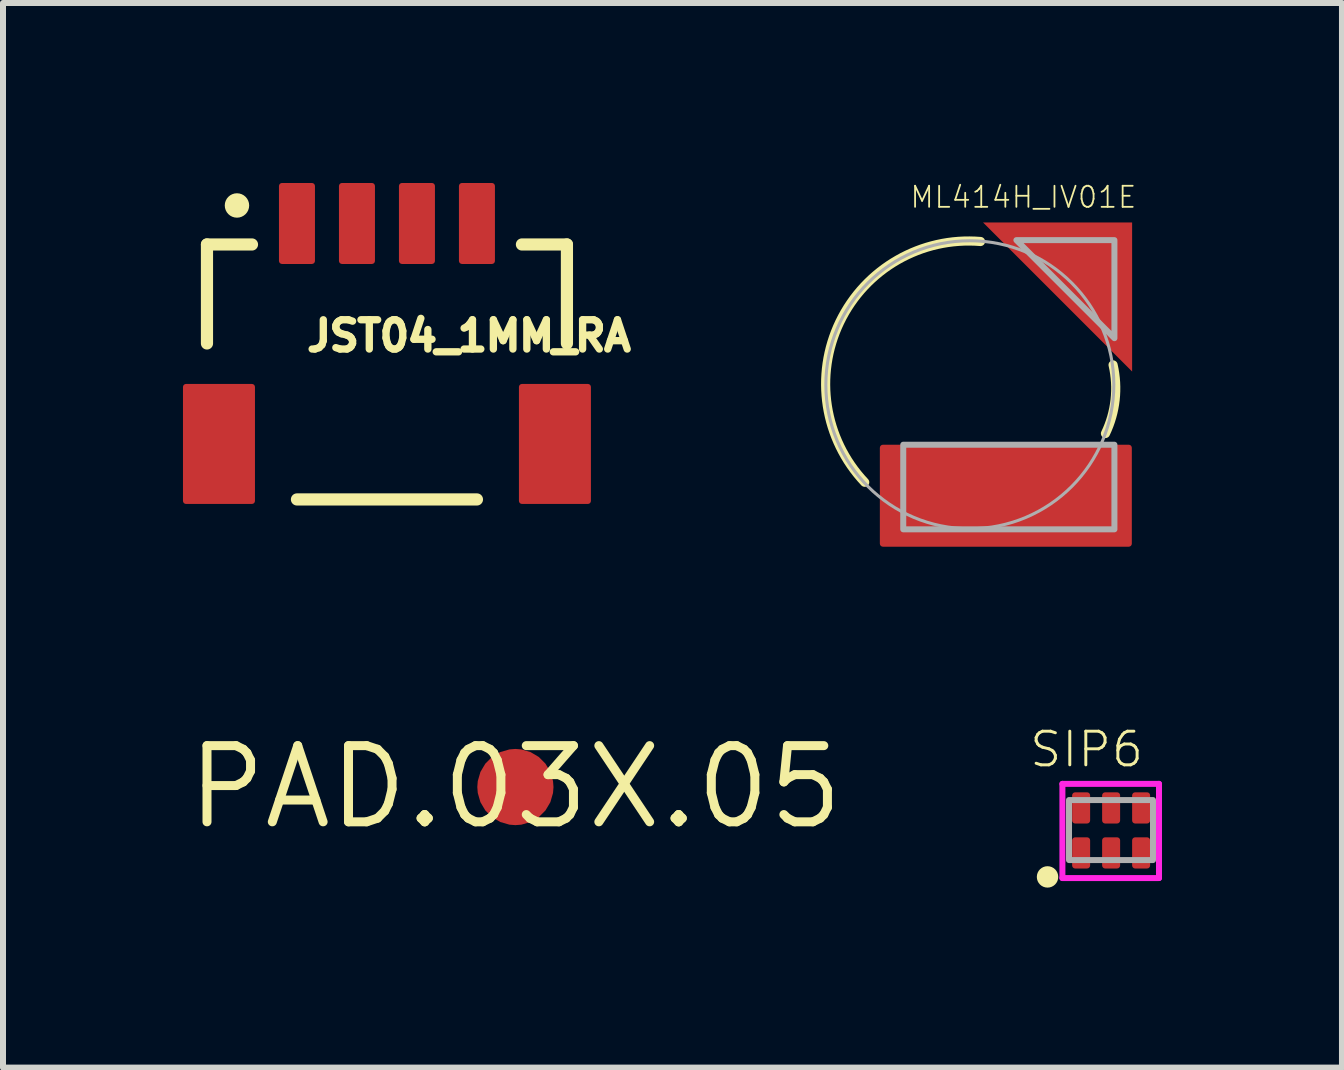
<source format=kicad_pcb>
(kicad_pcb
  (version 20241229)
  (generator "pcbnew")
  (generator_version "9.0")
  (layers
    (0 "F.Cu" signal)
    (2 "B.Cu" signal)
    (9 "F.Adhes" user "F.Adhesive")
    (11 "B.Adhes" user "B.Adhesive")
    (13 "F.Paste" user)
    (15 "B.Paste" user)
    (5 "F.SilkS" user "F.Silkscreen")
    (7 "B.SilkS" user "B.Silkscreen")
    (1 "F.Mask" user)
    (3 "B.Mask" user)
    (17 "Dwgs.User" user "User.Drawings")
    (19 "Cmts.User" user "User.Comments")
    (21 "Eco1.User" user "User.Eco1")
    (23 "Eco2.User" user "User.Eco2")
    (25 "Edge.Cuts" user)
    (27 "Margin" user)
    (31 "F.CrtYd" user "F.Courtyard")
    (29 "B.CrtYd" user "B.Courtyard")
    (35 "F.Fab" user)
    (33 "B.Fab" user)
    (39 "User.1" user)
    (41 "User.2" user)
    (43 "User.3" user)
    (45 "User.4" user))
  (footprint "SIP6"
    (layer "F.Cu")
    (at 15.479 10.786)
    (property "Reference" "SIP6" (at -1.397 -1.016 0) (unlocked yes) (layer "F.SilkS") (effects (font (size 0.561 0.561) (thickness 0.049)) (justify left bottom)))
    (fp_poly (pts (xy -0.708 -0.039) (xy -0.308 -0.039) (xy -0.308 -0.659) (xy -0.708 -0.659)) (stroke (width 0) (type default)) (fill yes) (layer "F.Mask"))
    (fp_poly (pts (xy -0.708 0.681) (xy -0.308 0.681) (xy -0.308 0.061) (xy -0.708 0.061)) (stroke (width 0) (type default)) (fill yes) (layer "F.Mask"))
    (fp_poly (pts (xy -0.208 -0.039) (xy 0.192 -0.039) (xy 0.192 -0.659) (xy -0.208 -0.659)) (stroke (width 0) (type default)) (fill yes) (layer "F.Mask"))
    (fp_poly (pts (xy -0.208 0.681) (xy 0.192 0.681) (xy 0.192 0.061) (xy -0.208 0.061)) (stroke (width 0) (type default)) (fill yes) (layer "F.Mask"))
    (fp_poly (pts (xy 0.292 -0.039) (xy 0.692 -0.039) (xy 0.692 -0.659) (xy 0.292 -0.659)) (stroke (width 0) (type default)) (fill yes) (layer "F.Mask"))
    (fp_poly (pts (xy 0.292 0.681) (xy 0.692 0.681) (xy 0.692 0.061) (xy 0.292 0.061)) (stroke (width 0) (type default)) (fill yes) (layer "F.Mask"))
    (fp_circle (center -1.068 0.781) (end -0.979 0.781) (stroke (width 0.179) (type solid)) (fill yes) (layer "F.SilkS"))
    (fp_poly (pts (xy -0.628 -0.159) (xy -0.388 -0.159) (xy -0.388 -0.599) (xy -0.628 -0.599)) (stroke (width 0) (type default)) (fill yes) (layer "F.Paste"))
    (fp_poly (pts (xy -0.628 0.601) (xy -0.388 0.601) (xy -0.388 0.161) (xy -0.628 0.161)) (stroke (width 0) (type default)) (fill yes) (layer "F.Paste"))
    (fp_poly (pts (xy -0.128 -0.159) (xy 0.112 -0.159) (xy 0.112 -0.599) (xy -0.128 -0.599)) (stroke (width 0) (type default)) (fill yes) (layer "F.Paste"))
    (fp_poly (pts (xy -0.128 0.601) (xy 0.112 0.601) (xy 0.112 0.161) (xy -0.128 0.161)) (stroke (width 0) (type default)) (fill yes) (layer "F.Paste"))
    (fp_poly (pts (xy 0.372 -0.159) (xy 0.612 -0.159) (xy 0.612 -0.599) (xy 0.372 -0.599)) (stroke (width 0) (type default)) (fill yes) (layer "F.Paste"))
    (fp_poly (pts (xy 0.372 0.601) (xy 0.612 0.601) (xy 0.612 0.161) (xy 0.372 0.161)) (stroke (width 0) (type default)) (fill yes) (layer "F.Paste"))
    (fp_line (start -0.82 -0.77) (end -0.82 0.8) (stroke (width 0.1) (type solid)) (layer "F.CrtYd"))
    (fp_line (start -0.82 0.8) (end 0.79 0.8) (stroke (width 0.1) (type solid)) (layer "F.CrtYd"))
    (fp_line (start 0.79 -0.77) (end -0.82 -0.77) (stroke (width 0.1) (type solid)) (layer "F.CrtYd"))
    (fp_line (start 0.79 0.8) (end 0.79 -0.77) (stroke (width 0.1) (type solid)) (layer "F.CrtYd"))
    (fp_poly (pts (xy -0.71 0.5) (xy 0.69 0.5) (xy 0.69 -0.5) (xy -0.71 -0.5)) (stroke (width 0.1) (type default)) (fill no) (layer "F.Fab"))
    (pad "P1" smd roundrect (at -0.508 0.381 180) (size 0.3 0.52) (layers "F.Cu") (roundrect_rratio 0.169))
    (pad "P2" smd roundrect (at -0.008 0.381 180) (size 0.3 0.52) (layers "F.Cu") (roundrect_rratio 0.169))
    (pad "P3" smd roundrect (at 0.492 0.381 180) (size 0.3 0.52) (layers "F.Cu") (roundrect_rratio 0.169))
    (pad "P4" smd roundrect (at 0.492 -0.369 180) (size 0.3 0.52) (layers "F.Cu") (roundrect_rratio 0.169))
    (pad "P5" smd roundrect (at -0.008 -0.369 180) (size 0.3 0.52) (layers "F.Cu") (roundrect_rratio 0.169))
    (pad "P6" smd roundrect (at -0.508 -0.369 180) (size 0.3 0.52) (layers "F.Cu") (roundrect_rratio 0.169)))
  (footprint "JST04_1MM_RA"
    (layer "F.Cu")
    (at 3.4 0.675)
    (property "Reference" "JST04_1MM_RA" (at -1.397 2.159 0) (unlocked yes) (layer "F.SilkS") (effects (font (size 0.488 0.488) (thickness 0.122)) (justify left bottom)))
    (fp_line (start -3 0.35) (end -2.25 0.35) (stroke (width 0.203) (type solid)) (layer "F.SilkS"))
    (fp_line (start -3 2) (end -3 0.35) (stroke (width 0.203) (type solid)) (layer "F.SilkS"))
    (fp_line (start -1.5 4.6) (end 1.5 4.6) (stroke (width 0.203) (type solid)) (layer "F.SilkS"))
    (fp_line (start 2.25 0.35) (end 3 0.35) (stroke (width 0.203) (type solid)) (layer "F.SilkS"))
    (fp_line (start 3 0.35) (end 3 2) (stroke (width 0.203) (type solid)) (layer "F.SilkS"))
    (fp_circle (center -2.5 -0.3) (end -2.398 -0.3) (stroke (width 0.203) (type solid)) (fill no) (layer "F.SilkS"))
    (pad "1" smd roundrect (at -1.5 0) (size 0.6 1.35) (layers "F.Cu" "F.Mask" "F.Paste") (roundrect_rratio 0.085))
    (pad "2" smd roundrect (at -0.5 0) (size 0.6 1.35) (layers "F.Cu" "F.Mask" "F.Paste") (roundrect_rratio 0.085))
    (pad "3" smd roundrect (at 0.5 0) (size 0.6 1.35) (layers "F.Cu" "F.Mask" "F.Paste") (roundrect_rratio 0.085))
    (pad "4" smd roundrect (at 1.5 0) (size 0.6 1.35) (layers "F.Cu" "F.Mask" "F.Paste") (roundrect_rratio 0.085))
    (pad "NC1" smd roundrect (at 2.8 3.675) (size 1.2 2) (layers "F.Cu" "F.Mask" "F.Paste") (roundrect_rratio 0.042))
    (pad "NC2" smd roundrect (at -2.8 3.675) (size 1.2 2) (layers "F.Cu" "F.Mask" "F.Paste") (roundrect_rratio 0.042)))
  (footprint "PAD.03X.05"
    (layer "F.Cu")
    (at 5.541 10.069)
    (property "Reference" "PAD.03X.05" (at 0 0 0) (layer "F.SilkS") (effects (font (size 1.27 1.27) (thickness 0.15))))
    (pad "1" smd roundrect (at 0 0) (size 1.27 1.27) (layers "F.Cu" "F.Mask") (roundrect_rratio 0.5)))
  (footprint "ML414H_IV01E"
    (layer "F.Cu")
    (at 13.116 3.363)
    (property "Reference" "ML414H_IV01E" (at -1.016 -2.921 0) (unlocked yes) (layer "F.SilkS") (effects (font (size 0.351 0.351) (thickness 0.03)) (justify left bottom)))
    (fp_poly (pts (xy 2.705 -0.22) (xy 0.22 -2.705) (xy 2.705 -2.705)) (stroke (width 0) (type default)) (fill yes) (layer "F.Cu"))
    (fp_poly (pts (xy 2.705 -0.22) (xy 0.22 -2.705) (xy 2.705 -2.705)) (stroke (width 0) (type default)) (fill yes) (layer "F.Mask"))
    (fp_poly (pts (xy -1.5 2.7) (xy 2.7 2.7) (xy 2.7 1) (xy -1.5 1)) (stroke (width 0) (type default)) (fill yes) (layer "F.Mask"))
    (fp_arc (start -1.752599 1.625602) (mid -2.167967 -1.045069) (end 0.1778 -2.3876) (stroke (width 0.1524) (type solid)) (layer "F.SilkS"))
    (fp_arc (start 2.3876 -0.3302) (mid 2.42159 0.252132) (end 2.260599 0.8128) (stroke (width 0.1524) (type solid)) (layer "F.SilkS"))
    (fp_poly (pts (xy 2.705 -0.22) (xy 0.22 -2.705) (xy 2.705 -2.705)) (stroke (width 0) (type default)) (fill yes) (layer "F.Paste"))
    (fp_poly (pts (xy -1.5 2.7) (xy 2.7 2.7) (xy 2.7 1) (xy -1.5 1)) (stroke (width 0) (type default)) (fill yes) (layer "F.Paste"))
    (fp_circle (center 0 0) (end 2.4 0) (stroke (width 0.051) (type solid)) (fill no) (layer "F.Fab"))
    (fp_poly (pts (xy 2.41 -0.776) (xy 0.776 -2.41) (xy 2.41 -2.41)) (stroke (width 0.1) (type default)) (fill no) (layer "F.Fab"))
    (fp_poly (pts (xy 2.41 2.41) (xy -1.11 2.41) (xy -1.11 1) (xy 2.41 1)) (stroke (width 0.1) (type default)) (fill no) (layer "F.Fab"))
    (pad "+" smd roundrect (at 2.022 -2.032) (size 1 1) (layers "F.Cu") (roundrect_rratio 0.051))
    (pad "-" smd roundrect (at 0.6 1.85) (size 4.2 1.7) (layers "F.Cu") (roundrect_rratio 0.03)))
  (gr_rect
    (start -3 -3)
    (end 19.319 14.746)
    (stroke (width 0.1) (type default))
    (fill no)
    (layer "Edge.Cuts")))
</source>
